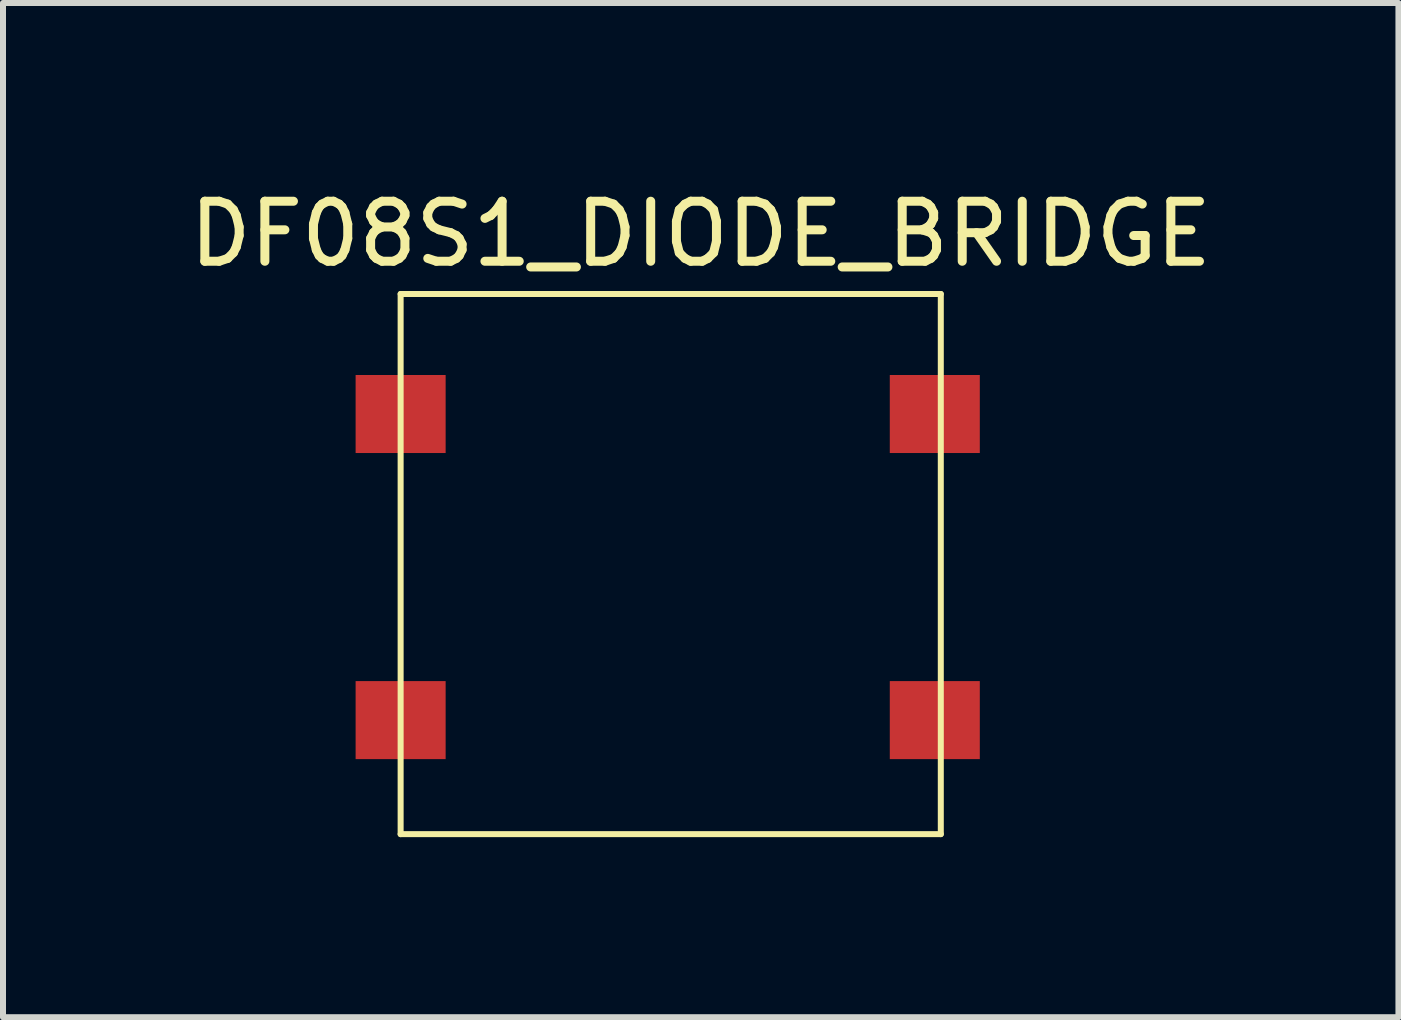
<source format=kicad_pcb>
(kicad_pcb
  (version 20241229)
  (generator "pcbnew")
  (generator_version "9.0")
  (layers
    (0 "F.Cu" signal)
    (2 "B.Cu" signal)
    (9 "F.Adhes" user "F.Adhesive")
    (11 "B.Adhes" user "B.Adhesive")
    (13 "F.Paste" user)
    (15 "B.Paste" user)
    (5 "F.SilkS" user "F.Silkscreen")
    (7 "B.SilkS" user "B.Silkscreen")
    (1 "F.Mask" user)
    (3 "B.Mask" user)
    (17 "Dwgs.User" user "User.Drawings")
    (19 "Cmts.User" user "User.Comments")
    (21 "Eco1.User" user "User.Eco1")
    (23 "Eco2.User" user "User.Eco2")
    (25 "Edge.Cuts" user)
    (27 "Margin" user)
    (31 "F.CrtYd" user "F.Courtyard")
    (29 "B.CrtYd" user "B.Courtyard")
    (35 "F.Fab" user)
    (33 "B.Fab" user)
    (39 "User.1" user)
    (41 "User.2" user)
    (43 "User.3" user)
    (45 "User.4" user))
  (footprint "DF08S1_DIODE_BRIDGE"
    (layer "F.Cu")
    (at 3.625 3.848)
    (property "Reference" "DF08S1_DIODE_BRIDGE" (at 5 -3 0) (layer "F.SilkS") (effects (font (size 1 1) (thickness 0.15))))
    (attr through_hole)
    (fp_line (start 0 -2) (end 0 7) (stroke (width 0.1) (type solid)) (layer "F.SilkS"))
    (fp_line (start 0 7) (end 9 7) (stroke (width 0.1) (type solid)) (layer "F.SilkS"))
    (fp_line (start 9 -2) (end 0 -2) (stroke (width 0.1) (type solid)) (layer "F.SilkS"))
    (fp_line (start 9 7) (end 9 -2) (stroke (width 0.1) (type solid)) (layer "F.SilkS"))
    (pad "1" smd rect (at 0 0) (size 1.5 1.3) (layers "F.Cu" "F.Mask" "F.Paste"))
    (pad "2" smd rect (at 0 5.1) (size 1.5 1.3) (layers "F.Cu" "F.Mask" "F.Paste"))
    (pad "3" smd rect (at 8.9 5.1) (size 1.5 1.3) (layers "F.Cu" "F.Mask" "F.Paste"))
    (pad "4" smd rect (at 8.9 0) (size 1.5 1.3) (layers "F.Cu" "F.Mask" "F.Paste")))
  (gr_rect
    (start -3 -3)
    (end 20.25 13.898)
    (stroke (width 0.1) (type default))
    (fill no)
    (layer "Edge.Cuts")))
</source>
